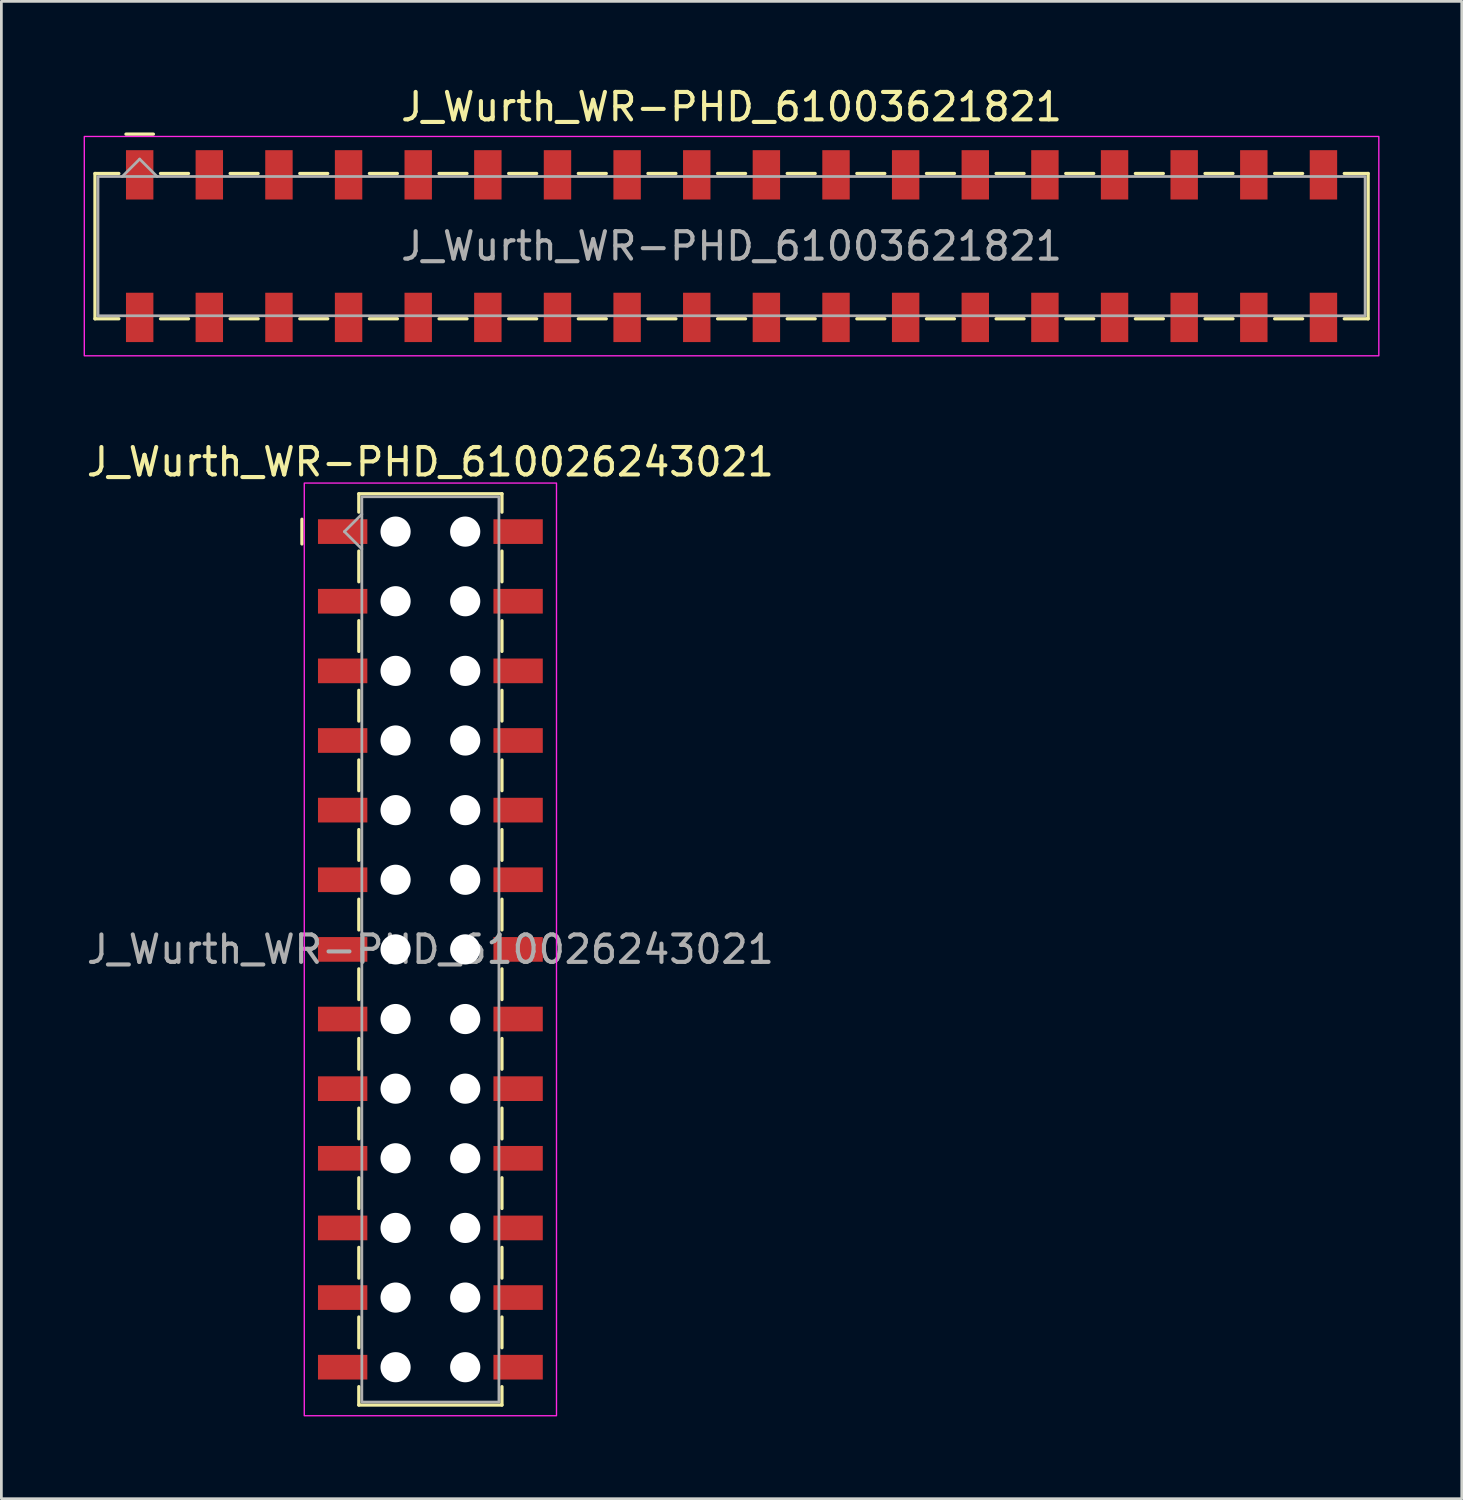
<source format=kicad_pcb>
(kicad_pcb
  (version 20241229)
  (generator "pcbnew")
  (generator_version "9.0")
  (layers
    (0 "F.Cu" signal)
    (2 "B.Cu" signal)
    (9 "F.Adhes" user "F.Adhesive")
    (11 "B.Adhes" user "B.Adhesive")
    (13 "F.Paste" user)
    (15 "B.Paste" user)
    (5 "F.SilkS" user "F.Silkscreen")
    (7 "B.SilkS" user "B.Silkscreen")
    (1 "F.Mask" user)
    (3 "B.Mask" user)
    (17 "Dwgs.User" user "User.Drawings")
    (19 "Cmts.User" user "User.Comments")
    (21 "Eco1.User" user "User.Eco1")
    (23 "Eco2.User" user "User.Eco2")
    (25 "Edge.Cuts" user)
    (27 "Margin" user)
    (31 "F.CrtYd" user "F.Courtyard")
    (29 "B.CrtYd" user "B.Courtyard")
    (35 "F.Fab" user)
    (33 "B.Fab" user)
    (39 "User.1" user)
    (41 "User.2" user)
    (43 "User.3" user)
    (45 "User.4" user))
  (footprint "J_Wurth_WR-PHD_61003621821"
    (layer "F.Cu")
    (at 23.635 5.928)
    (property "Reference" "J_Wurth_WR-PHD_61003621821" (at 0 -5.08 0) (unlocked yes) (layer "F.SilkS") (effects (font (size 1 1) (thickness 0.15))))
    (attr smd)
    (fp_line (start -23.22 -2.65) (end -23.22 2.65) (stroke (width 0.12) (type solid)) (layer "F.SilkS"))
    (fp_line (start -23.22 -2.65) (end -22.35 -2.65) (stroke (width 0.12) (type solid)) (layer "F.SilkS"))
    (fp_line (start -23.22 2.65) (end -22.35 2.65) (stroke (width 0.12) (type solid)) (layer "F.SilkS"))
    (fp_line (start -22.09 -4.085) (end -21.09 -4.085) (stroke (width 0.12) (type solid)) (layer "F.SilkS"))
    (fp_line (start -20.83 -2.65) (end -19.81 -2.65) (stroke (width 0.12) (type solid)) (layer "F.SilkS"))
    (fp_line (start -20.83 2.65) (end -19.81 2.65) (stroke (width 0.12) (type solid)) (layer "F.SilkS"))
    (fp_line (start -18.29 -2.65) (end -17.27 -2.65) (stroke (width 0.12) (type solid)) (layer "F.SilkS"))
    (fp_line (start -18.29 2.65) (end -17.27 2.65) (stroke (width 0.12) (type solid)) (layer "F.SilkS"))
    (fp_line (start -15.75 -2.65) (end -14.73 -2.65) (stroke (width 0.12) (type solid)) (layer "F.SilkS"))
    (fp_line (start -15.75 2.65) (end -14.73 2.65) (stroke (width 0.12) (type solid)) (layer "F.SilkS"))
    (fp_line (start -13.21 -2.65) (end -12.19 -2.65) (stroke (width 0.12) (type solid)) (layer "F.SilkS"))
    (fp_line (start -13.21 2.65) (end -12.19 2.65) (stroke (width 0.12) (type solid)) (layer "F.SilkS"))
    (fp_line (start -10.67 -2.65) (end -9.65 -2.65) (stroke (width 0.12) (type solid)) (layer "F.SilkS"))
    (fp_line (start -10.67 2.65) (end -9.65 2.65) (stroke (width 0.12) (type solid)) (layer "F.SilkS"))
    (fp_line (start -8.13 -2.65) (end -7.11 -2.65) (stroke (width 0.12) (type solid)) (layer "F.SilkS"))
    (fp_line (start -8.13 2.65) (end -7.11 2.65) (stroke (width 0.12) (type solid)) (layer "F.SilkS"))
    (fp_line (start -5.59 -2.65) (end -4.57 -2.65) (stroke (width 0.12) (type solid)) (layer "F.SilkS"))
    (fp_line (start -5.59 2.65) (end -4.57 2.65) (stroke (width 0.12) (type solid)) (layer "F.SilkS"))
    (fp_line (start -3.05 -2.65) (end -2.03 -2.65) (stroke (width 0.12) (type solid)) (layer "F.SilkS"))
    (fp_line (start -3.05 2.65) (end -2.03 2.65) (stroke (width 0.12) (type solid)) (layer "F.SilkS"))
    (fp_line (start -0.51 -2.65) (end 0.51 -2.65) (stroke (width 0.12) (type solid)) (layer "F.SilkS"))
    (fp_line (start -0.51 2.65) (end 0.51 2.65) (stroke (width 0.12) (type solid)) (layer "F.SilkS"))
    (fp_line (start 2.03 -2.65) (end 3.05 -2.65) (stroke (width 0.12) (type solid)) (layer "F.SilkS"))
    (fp_line (start 2.03 2.65) (end 3.05 2.65) (stroke (width 0.12) (type solid)) (layer "F.SilkS"))
    (fp_line (start 4.57 -2.65) (end 5.59 -2.65) (stroke (width 0.12) (type solid)) (layer "F.SilkS"))
    (fp_line (start 4.57 2.65) (end 5.59 2.65) (stroke (width 0.12) (type solid)) (layer "F.SilkS"))
    (fp_line (start 7.11 -2.65) (end 8.13 -2.65) (stroke (width 0.12) (type solid)) (layer "F.SilkS"))
    (fp_line (start 7.11 2.65) (end 8.13 2.65) (stroke (width 0.12) (type solid)) (layer "F.SilkS"))
    (fp_line (start 9.65 -2.65) (end 10.67 -2.65) (stroke (width 0.12) (type solid)) (layer "F.SilkS"))
    (fp_line (start 9.65 2.65) (end 10.67 2.65) (stroke (width 0.12) (type solid)) (layer "F.SilkS"))
    (fp_line (start 12.19 -2.65) (end 13.21 -2.65) (stroke (width 0.12) (type solid)) (layer "F.SilkS"))
    (fp_line (start 12.19 2.65) (end 13.21 2.65) (stroke (width 0.12) (type solid)) (layer "F.SilkS"))
    (fp_line (start 14.73 -2.65) (end 15.75 -2.65) (stroke (width 0.12) (type solid)) (layer "F.SilkS"))
    (fp_line (start 14.73 2.65) (end 15.75 2.65) (stroke (width 0.12) (type solid)) (layer "F.SilkS"))
    (fp_line (start 17.27 -2.65) (end 18.29 -2.65) (stroke (width 0.12) (type solid)) (layer "F.SilkS"))
    (fp_line (start 17.27 2.65) (end 18.29 2.65) (stroke (width 0.12) (type solid)) (layer "F.SilkS"))
    (fp_line (start 19.81 -2.65) (end 20.83 -2.65) (stroke (width 0.12) (type solid)) (layer "F.SilkS"))
    (fp_line (start 19.81 2.65) (end 20.83 2.65) (stroke (width 0.12) (type solid)) (layer "F.SilkS"))
    (fp_line (start 22.35 -2.65) (end 23.22 -2.65) (stroke (width 0.12) (type solid)) (layer "F.SilkS"))
    (fp_line (start 22.35 2.65) (end 23.22 2.65) (stroke (width 0.12) (type solid)) (layer "F.SilkS"))
    (fp_line (start 23.22 -2.65) (end 23.22 2.65) (stroke (width 0.12) (type solid)) (layer "F.SilkS"))
    (fp_rect (start -23.61 -4) (end 23.61 4) (stroke (width 0.05) (type solid)) (fill no) (layer "F.CrtYd"))
    (fp_line (start -22.225 -2.54) (end -21.59 -3.175) (stroke (width 0.1) (type default)) (layer "F.Fab"))
    (fp_line (start -21.59 -3.175) (end -20.955 -2.54) (stroke (width 0.1) (type default)) (layer "F.Fab"))
    (fp_rect (start -23.11 -2.54) (end 23.11 2.54) (stroke (width 0.1) (type solid)) (fill no) (layer "F.Fab"))
    (fp_text user "${REFERENCE}" (at 0 0 0) (unlocked yes) (layer "F.Fab") (effects (font (size 1 1) (thickness 0.15))))
    (pad "1" smd rect (at -21.59 -2.6) (size 1 1.8) (layers "F.Cu" "F.Mask" "F.Paste"))
    (pad "2" smd rect (at -21.59 2.6) (size 1 1.8) (layers "F.Cu" "F.Mask" "F.Paste"))
    (pad "3" smd rect (at -19.05 -2.6) (size 1 1.8) (layers "F.Cu" "F.Mask" "F.Paste"))
    (pad "4" smd rect (at -19.05 2.6) (size 1 1.8) (layers "F.Cu" "F.Mask" "F.Paste"))
    (pad "5" smd rect (at -16.51 -2.6) (size 1 1.8) (layers "F.Cu" "F.Mask" "F.Paste"))
    (pad "6" smd rect (at -16.51 2.6) (size 1 1.8) (layers "F.Cu" "F.Mask" "F.Paste"))
    (pad "7" smd rect (at -13.97 -2.6) (size 1 1.8) (layers "F.Cu" "F.Mask" "F.Paste"))
    (pad "8" smd rect (at -13.97 2.6) (size 1 1.8) (layers "F.Cu" "F.Mask" "F.Paste"))
    (pad "9" smd rect (at -11.43 -2.6) (size 1 1.8) (layers "F.Cu" "F.Mask" "F.Paste"))
    (pad "10" smd rect (at -11.43 2.6) (size 1 1.8) (layers "F.Cu" "F.Mask" "F.Paste"))
    (pad "11" smd rect (at -8.89 -2.6) (size 1 1.8) (layers "F.Cu" "F.Mask" "F.Paste"))
    (pad "12" smd rect (at -8.89 2.6) (size 1 1.8) (layers "F.Cu" "F.Mask" "F.Paste"))
    (pad "13" smd rect (at -6.35 -2.6) (size 1 1.8) (layers "F.Cu" "F.Mask" "F.Paste"))
    (pad "14" smd rect (at -6.35 2.6) (size 1 1.8) (layers "F.Cu" "F.Mask" "F.Paste"))
    (pad "15" smd rect (at -3.81 -2.6) (size 1 1.8) (layers "F.Cu" "F.Mask" "F.Paste"))
    (pad "16" smd rect (at -3.81 2.6) (size 1 1.8) (layers "F.Cu" "F.Mask" "F.Paste"))
    (pad "17" smd rect (at -1.27 -2.6) (size 1 1.8) (layers "F.Cu" "F.Mask" "F.Paste"))
    (pad "18" smd rect (at -1.27 2.6) (size 1 1.8) (layers "F.Cu" "F.Mask" "F.Paste"))
    (pad "19" smd rect (at 1.27 -2.6) (size 1 1.8) (layers "F.Cu" "F.Mask" "F.Paste"))
    (pad "20" smd rect (at 1.27 2.6) (size 1 1.8) (layers "F.Cu" "F.Mask" "F.Paste"))
    (pad "21" smd rect (at 3.81 -2.6) (size 1 1.8) (layers "F.Cu" "F.Mask" "F.Paste"))
    (pad "22" smd rect (at 3.81 2.6) (size 1 1.8) (layers "F.Cu" "F.Mask" "F.Paste"))
    (pad "23" smd rect (at 6.35 -2.6) (size 1 1.8) (layers "F.Cu" "F.Mask" "F.Paste"))
    (pad "24" smd rect (at 6.35 2.6) (size 1 1.8) (layers "F.Cu" "F.Mask" "F.Paste"))
    (pad "25" smd rect (at 8.89 -2.6) (size 1 1.8) (layers "F.Cu" "F.Mask" "F.Paste"))
    (pad "26" smd rect (at 8.89 2.6) (size 1 1.8) (layers "F.Cu" "F.Mask" "F.Paste"))
    (pad "27" smd rect (at 11.43 -2.6) (size 1 1.8) (layers "F.Cu" "F.Mask" "F.Paste"))
    (pad "28" smd rect (at 11.43 2.6) (size 1 1.8) (layers "F.Cu" "F.Mask" "F.Paste"))
    (pad "29" smd rect (at 13.97 -2.6) (size 1 1.8) (layers "F.Cu" "F.Mask" "F.Paste"))
    (pad "30" smd rect (at 13.97 2.6) (size 1 1.8) (layers "F.Cu" "F.Mask" "F.Paste"))
    (pad "31" smd rect (at 16.51 -2.6) (size 1 1.8) (layers "F.Cu" "F.Mask" "F.Paste"))
    (pad "32" smd rect (at 16.51 2.6) (size 1 1.8) (layers "F.Cu" "F.Mask" "F.Paste"))
    (pad "33" smd rect (at 19.05 -2.6) (size 1 1.8) (layers "F.Cu" "F.Mask" "F.Paste"))
    (pad "34" smd rect (at 19.05 2.6) (size 1 1.8) (layers "F.Cu" "F.Mask" "F.Paste"))
    (pad "35" smd rect (at 21.59 -2.6) (size 1 1.8) (layers "F.Cu" "F.Mask" "F.Paste"))
    (pad "36" smd rect (at 21.59 2.6) (size 1 1.8) (layers "F.Cu" "F.Mask" "F.Paste")))
  (footprint "J_Wurth_WR-PHD_610026243021"
    (layer "F.Cu")
    (at 12.649 31.581)
    (property "Reference" "J_Wurth_WR-PHD_610026243021" (at 0 -17.78 0) (unlocked yes) (layer "F.SilkS") (effects (font (size 1 1) (thickness 0.15))))
    (attr smd)
    (fp_line (start -4.685 -15.69) (end -4.685 -14.79) (stroke (width 0.12) (type solid)) (layer "F.SilkS"))
    (fp_line (start -2.61 -16.62) (end -2.61 -15.95) (stroke (width 0.12) (type solid)) (layer "F.SilkS"))
    (fp_line (start -2.61 -14.53) (end -2.61 -13.41) (stroke (width 0.12) (type solid)) (layer "F.SilkS"))
    (fp_line (start -2.61 -11.99) (end -2.61 -10.87) (stroke (width 0.12) (type solid)) (layer "F.SilkS"))
    (fp_line (start -2.61 -9.45) (end -2.61 -8.33) (stroke (width 0.12) (type solid)) (layer "F.SilkS"))
    (fp_line (start -2.61 -6.91) (end -2.61 -5.79) (stroke (width 0.12) (type solid)) (layer "F.SilkS"))
    (fp_line (start -2.61 -4.37) (end -2.61 -3.25) (stroke (width 0.12) (type solid)) (layer "F.SilkS"))
    (fp_line (start -2.61 -1.83) (end -2.61 -0.71) (stroke (width 0.12) (type solid)) (layer "F.SilkS"))
    (fp_line (start -2.61 0.71) (end -2.61 1.83) (stroke (width 0.12) (type solid)) (layer "F.SilkS"))
    (fp_line (start -2.61 3.25) (end -2.61 4.37) (stroke (width 0.12) (type solid)) (layer "F.SilkS"))
    (fp_line (start -2.61 5.79) (end -2.61 6.91) (stroke (width 0.12) (type solid)) (layer "F.SilkS"))
    (fp_line (start -2.61 8.33) (end -2.61 9.45) (stroke (width 0.12) (type solid)) (layer "F.SilkS"))
    (fp_line (start -2.61 10.87) (end -2.61 11.99) (stroke (width 0.12) (type solid)) (layer "F.SilkS"))
    (fp_line (start -2.61 13.41) (end -2.61 14.53) (stroke (width 0.12) (type solid)) (layer "F.SilkS"))
    (fp_line (start -2.61 15.95) (end -2.61 16.62) (stroke (width 0.12) (type solid)) (layer "F.SilkS"))
    (fp_line (start 2.61 -16.62) (end -2.61 -16.62) (stroke (width 0.12) (type solid)) (layer "F.SilkS"))
    (fp_line (start 2.61 -16.62) (end 2.61 -15.95) (stroke (width 0.12) (type solid)) (layer "F.SilkS"))
    (fp_line (start 2.61 -14.53) (end 2.61 -13.41) (stroke (width 0.12) (type solid)) (layer "F.SilkS"))
    (fp_line (start 2.61 -11.99) (end 2.61 -10.87) (stroke (width 0.12) (type solid)) (layer "F.SilkS"))
    (fp_line (start 2.61 -9.45) (end 2.61 -8.33) (stroke (width 0.12) (type solid)) (layer "F.SilkS"))
    (fp_line (start 2.61 -6.91) (end 2.61 -5.79) (stroke (width 0.12) (type solid)) (layer "F.SilkS"))
    (fp_line (start 2.61 -4.37) (end 2.61 -3.25) (stroke (width 0.12) (type solid)) (layer "F.SilkS"))
    (fp_line (start 2.61 -1.83) (end 2.61 -0.71) (stroke (width 0.12) (type solid)) (layer "F.SilkS"))
    (fp_line (start 2.61 0.71) (end 2.61 1.83) (stroke (width 0.12) (type solid)) (layer "F.SilkS"))
    (fp_line (start 2.61 3.25) (end 2.61 4.37) (stroke (width 0.12) (type solid)) (layer "F.SilkS"))
    (fp_line (start 2.61 5.79) (end 2.61 6.91) (stroke (width 0.12) (type solid)) (layer "F.SilkS"))
    (fp_line (start 2.61 8.33) (end 2.61 9.45) (stroke (width 0.12) (type solid)) (layer "F.SilkS"))
    (fp_line (start 2.61 10.87) (end 2.61 11.99) (stroke (width 0.12) (type solid)) (layer "F.SilkS"))
    (fp_line (start 2.61 13.41) (end 2.61 14.53) (stroke (width 0.12) (type solid)) (layer "F.SilkS"))
    (fp_line (start 2.61 15.95) (end 2.61 16.62) (stroke (width 0.12) (type solid)) (layer "F.SilkS"))
    (fp_line (start 2.61 16.62) (end -2.61 16.62) (stroke (width 0.12) (type solid)) (layer "F.SilkS"))
    (fp_rect (start -4.6 -17.01) (end 4.6 17.01) (stroke (width 0.05) (type solid)) (fill no) (layer "F.CrtYd"))
    (fp_line (start -3.135 -15.24) (end -2.5 -15.875) (stroke (width 0.1) (type default)) (layer "F.Fab"))
    (fp_line (start -2.5 -14.605) (end -3.135 -15.24) (stroke (width 0.1) (type default)) (layer "F.Fab"))
    (fp_rect (start -2.5 -16.51) (end 2.5 16.51) (stroke (width 0.1) (type solid)) (fill no) (layer "F.Fab"))
    (fp_text user "${REFERENCE}" (at 0 0 0) (unlocked yes) (layer "F.Fab") (effects (font (size 1 1) (thickness 0.15))))
    (pad "" np_thru_hole circle (at -1.27 -15.24 270) (size 1.1 1.1) (drill 1.1) (layers "*.Cu" "*.Mask"))
    (pad "" np_thru_hole circle (at -1.27 -12.7 270) (size 1.1 1.1) (drill 1.1) (layers "*.Cu" "*.Mask"))
    (pad "" np_thru_hole circle (at -1.27 -10.16 270) (size 1.1 1.1) (drill 1.1) (layers "*.Cu" "*.Mask"))
    (pad "" np_thru_hole circle (at -1.27 -7.62 270) (size 1.1 1.1) (drill 1.1) (layers "*.Cu" "*.Mask"))
    (pad "" np_thru_hole circle (at -1.27 -5.08 270) (size 1.1 1.1) (drill 1.1) (layers "*.Cu" "*.Mask"))
    (pad "" np_thru_hole circle (at -1.27 -2.54 270) (size 1.1 1.1) (drill 1.1) (layers "*.Cu" "*.Mask"))
    (pad "" np_thru_hole circle (at -1.27 0 270) (size 1.1 1.1) (drill 1.1) (layers "*.Cu" "*.Mask"))
    (pad "" np_thru_hole circle (at -1.27 2.54 270) (size 1.1 1.1) (drill 1.1) (layers "*.Cu" "*.Mask"))
    (pad "" np_thru_hole circle (at -1.27 5.08 270) (size 1.1 1.1) (drill 1.1) (layers "*.Cu" "*.Mask"))
    (pad "" np_thru_hole circle (at -1.27 7.62 270) (size 1.1 1.1) (drill 1.1) (layers "*.Cu" "*.Mask"))
    (pad "" np_thru_hole circle (at -1.27 10.16 270) (size 1.1 1.1) (drill 1.1) (layers "*.Cu" "*.Mask"))
    (pad "" np_thru_hole circle (at -1.27 12.7 270) (size 1.1 1.1) (drill 1.1) (layers "*.Cu" "*.Mask"))
    (pad "" np_thru_hole circle (at -1.27 15.24 270) (size 1.1 1.1) (drill 1.1) (layers "*.Cu" "*.Mask"))
    (pad "" np_thru_hole circle (at 1.27 -15.24 270) (size 1.1 1.1) (drill 1.1) (layers "*.Cu" "*.Mask"))
    (pad "" np_thru_hole circle (at 1.27 -12.7 270) (size 1.1 1.1) (drill 1.1) (layers "*.Cu" "*.Mask"))
    (pad "" np_thru_hole circle (at 1.27 -10.16 270) (size 1.1 1.1) (drill 1.1) (layers "*.Cu" "*.Mask"))
    (pad "" np_thru_hole circle (at 1.27 -7.62 270) (size 1.1 1.1) (drill 1.1) (layers "*.Cu" "*.Mask"))
    (pad "" np_thru_hole circle (at 1.27 -5.08 270) (size 1.1 1.1) (drill 1.1) (layers "*.Cu" "*.Mask"))
    (pad "" np_thru_hole circle (at 1.27 -2.54 270) (size 1.1 1.1) (drill 1.1) (layers "*.Cu" "*.Mask"))
    (pad "" np_thru_hole circle (at 1.27 0 270) (size 1.1 1.1) (drill 1.1) (layers "*.Cu" "*.Mask"))
    (pad "" np_thru_hole circle (at 1.27 2.54 270) (size 1.1 1.1) (drill 1.1) (layers "*.Cu" "*.Mask"))
    (pad "" np_thru_hole circle (at 1.27 5.08 270) (size 1.1 1.1) (drill 1.1) (layers "*.Cu" "*.Mask"))
    (pad "" np_thru_hole circle (at 1.27 7.62 270) (size 1.1 1.1) (drill 1.1) (layers "*.Cu" "*.Mask"))
    (pad "" np_thru_hole circle (at 1.27 10.16 270) (size 1.1 1.1) (drill 1.1) (layers "*.Cu" "*.Mask"))
    (pad "" np_thru_hole circle (at 1.27 12.7 270) (size 1.1 1.1) (drill 1.1) (layers "*.Cu" "*.Mask"))
    (pad "" np_thru_hole circle (at 1.27 15.24 270) (size 1.1 1.1) (drill 1.1) (layers "*.Cu" "*.Mask"))
    (pad "1" smd rect (at -3.2 -15.24 270) (size 0.9 1.8) (layers "F.Cu" "F.Mask" "F.Paste"))
    (pad "2" smd rect (at 3.2 -15.24 270) (size 0.9 1.8) (layers "F.Cu" "F.Mask" "F.Paste"))
    (pad "3" smd rect (at -3.2 -12.7 270) (size 0.9 1.8) (layers "F.Cu" "F.Mask" "F.Paste"))
    (pad "4" smd rect (at 3.2 -12.7 270) (size 0.9 1.8) (layers "F.Cu" "F.Mask" "F.Paste"))
    (pad "5" smd rect (at -3.2 -10.16 270) (size 0.9 1.8) (layers "F.Cu" "F.Mask" "F.Paste"))
    (pad "6" smd rect (at 3.2 -10.16 270) (size 0.9 1.8) (layers "F.Cu" "F.Mask" "F.Paste"))
    (pad "7" smd rect (at -3.2 -7.62 270) (size 0.9 1.8) (layers "F.Cu" "F.Mask" "F.Paste"))
    (pad "8" smd rect (at 3.2 -7.62 270) (size 0.9 1.8) (layers "F.Cu" "F.Mask" "F.Paste"))
    (pad "9" smd rect (at -3.2 -5.08 270) (size 0.9 1.8) (layers "F.Cu" "F.Mask" "F.Paste"))
    (pad "10" smd rect (at 3.2 -5.08 270) (size 0.9 1.8) (layers "F.Cu" "F.Mask" "F.Paste"))
    (pad "11" smd rect (at -3.2 -2.54 270) (size 0.9 1.8) (layers "F.Cu" "F.Mask" "F.Paste"))
    (pad "12" smd rect (at 3.2 -2.54 270) (size 0.9 1.8) (layers "F.Cu" "F.Mask" "F.Paste"))
    (pad "13" smd rect (at -3.2 0 270) (size 0.9 1.8) (layers "F.Cu" "F.Mask" "F.Paste"))
    (pad "14" smd rect (at 3.2 0 270) (size 0.9 1.8) (layers "F.Cu" "F.Mask" "F.Paste"))
    (pad "15" smd rect (at -3.2 2.54 270) (size 0.9 1.8) (layers "F.Cu" "F.Mask" "F.Paste"))
    (pad "16" smd rect (at 3.2 2.54 270) (size 0.9 1.8) (layers "F.Cu" "F.Mask" "F.Paste"))
    (pad "17" smd rect (at -3.2 5.08 270) (size 0.9 1.8) (layers "F.Cu" "F.Mask" "F.Paste"))
    (pad "18" smd rect (at 3.2 5.08 270) (size 0.9 1.8) (layers "F.Cu" "F.Mask" "F.Paste"))
    (pad "19" smd rect (at -3.2 7.62 270) (size 0.9 1.8) (layers "F.Cu" "F.Mask" "F.Paste"))
    (pad "20" smd rect (at 3.2 7.62 270) (size 0.9 1.8) (layers "F.Cu" "F.Mask" "F.Paste"))
    (pad "21" smd rect (at -3.2 10.16 270) (size 0.9 1.8) (layers "F.Cu" "F.Mask" "F.Paste"))
    (pad "22" smd rect (at 3.2 10.16 270) (size 0.9 1.8) (layers "F.Cu" "F.Mask" "F.Paste"))
    (pad "23" smd rect (at -3.2 12.7 270) (size 0.9 1.8) (layers "F.Cu" "F.Mask" "F.Paste"))
    (pad "24" smd rect (at 3.2 12.7 270) (size 0.9 1.8) (layers "F.Cu" "F.Mask" "F.Paste"))
    (pad "25" smd rect (at -3.2 15.24 270) (size 0.9 1.8) (layers "F.Cu" "F.Mask" "F.Paste"))
    (pad "26" smd rect (at 3.2 15.24 270) (size 0.9 1.8) (layers "F.Cu" "F.Mask" "F.Paste")))
  (gr_rect
    (start -3 -3)
    (end 50.27 51.617)
    (stroke (width 0.1) (type default))
    (fill no)
    (layer "Edge.Cuts")))
</source>
